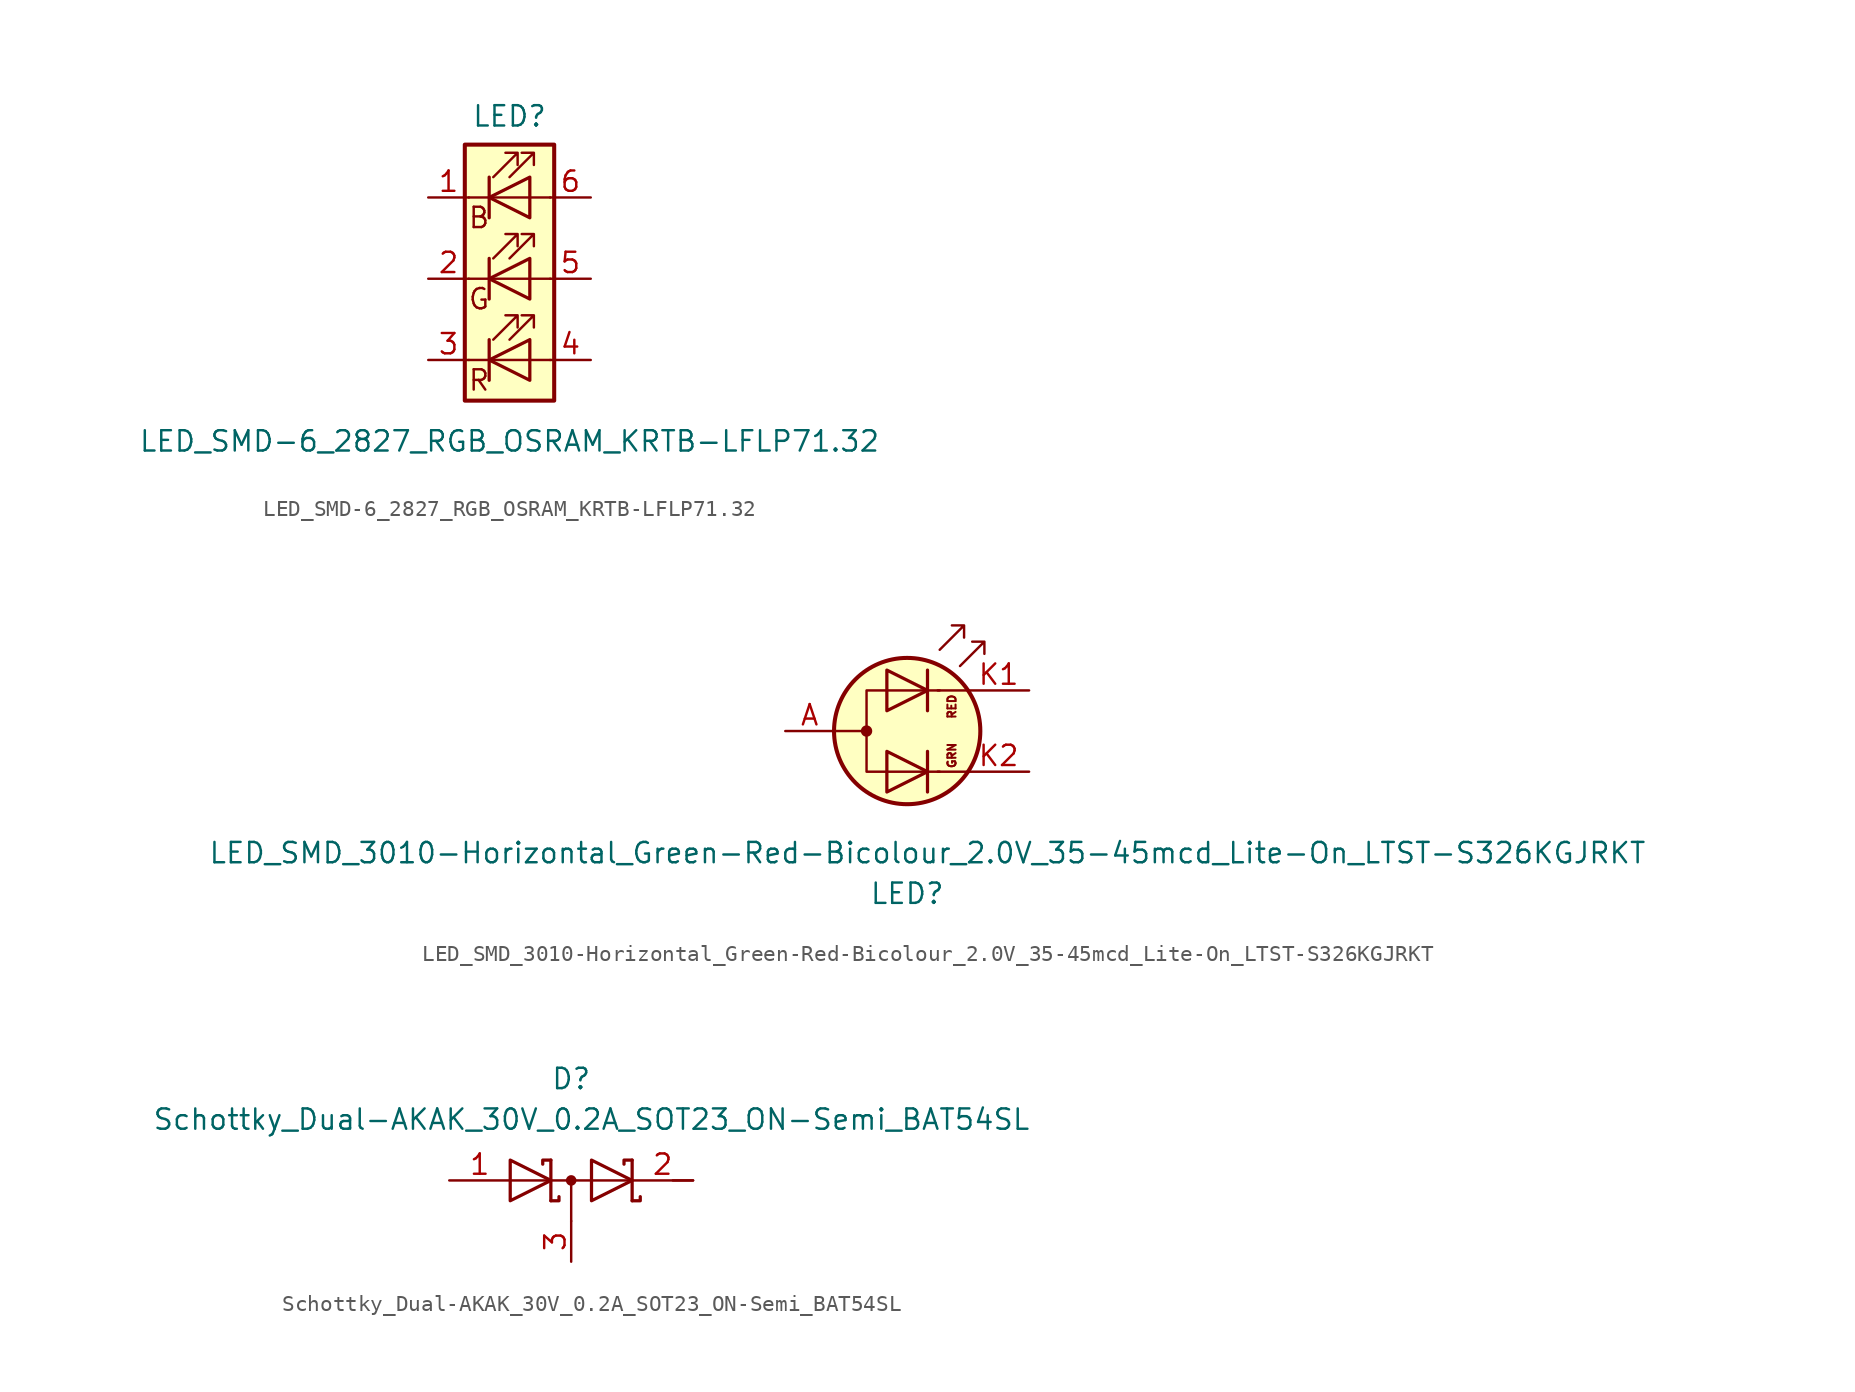
<source format=kicad_sym>
(kicad_symbol_lib
  (version 20211014)
  (generator kicad_symbol_editor)
  (symbol "LED_SMD-6_2827_RGB_OSRAM_KRTB-LFLP71.32"
    (pin_names
      (offset 1.27) hide)
    (property "Reference" "LED"
      (at 0 10.16 0)
      (effects (font (size 1.27 1.27))))
    (property "Value" "LED_SMD-6_2827_RGB_OSRAM_KRTB-LFLP71.32"
      (at 0 -10.16 0)
      (effects (font (size 1.27 1.27))))
    (symbol "LED_SMD-6_2827_RGB_OSRAM_KRTB-LFLP71.32_0_0"
      (pin passive line (at 5.08 0 180) (length 2.54) (name "GA" (effects (font (size 1.27 1.27)))) (number "5" (effects (font (size 1.27 1.27)))))
      (pin passive line (at 5.08 5.08 180) (length 2.54) (name "BA" (effects (font (size 1.27 1.27)))) (number "6" (effects (font (size 1.27 1.27))))))
    (symbol "LED_SMD-6_2827_RGB_OSRAM_KRTB-LFLP71.32_1_1"
      (polyline (pts (xy -2.54 5.08) (xy 2.54 5.08)) (stroke (width 0) (type default) (color 0 0 0 0)) (fill (type none)))
      (polyline (pts (xy -1.27 -3.81) (xy -1.27 -6.35)) (stroke (width 0.203) (type default) (color 0 0 0 0)) (fill (type none)))
      (polyline (pts (xy -1.27 1.27) (xy -1.27 -1.27)) (stroke (width 0.203) (type default) (color 0 0 0 0)) (fill (type none)))
      (polyline (pts (xy -1.27 6.35) (xy -1.27 3.81)) (stroke (width 0.203) (type default) (color 0 0 0 0)) (fill (type none)))
      (polyline (pts (xy 2.54 -5.08) (xy -2.54 -5.08)) (stroke (width 0) (type default) (color 0 0 0 0)) (fill (type none)))
      (polyline (pts (xy 2.54 0) (xy -2.54 0)) (stroke (width 0) (type default) (color 0 0 0 0)) (fill (type none)))
      (polyline (pts (xy 1.27 -3.81) (xy 1.27 -6.35) (xy -1.27 -5.08) (xy 1.27 -3.81)) (stroke (width 0.203) (type default) (color 0 0 0 0)) (fill (type none)))
      (polyline (pts (xy 1.27 1.27) (xy 1.27 -1.27) (xy -1.27 0) (xy 1.27 1.27)) (stroke (width 0.203) (type default) (color 0 0 0 0)) (fill (type none)))
      (polyline (pts (xy 1.27 6.35) (xy 1.27 3.81) (xy -1.27 5.08) (xy 1.27 6.35)) (stroke (width 0.203) (type default) (color 0 0 0 0)) (fill (type none)))
      (polyline (pts (xy -1.016 -3.81) (xy 0.508 -2.286) (xy -0.254 -2.286) (xy 0.508 -2.286) (xy 0.508 -3.048)) (stroke (width 0) (type default) (color 0 0 0 0)) (fill (type none)))
      (polyline (pts (xy -1.016 1.27) (xy 0.508 2.794) (xy -0.254 2.794) (xy 0.508 2.794) (xy 0.508 2.032)) (stroke (width 0) (type default) (color 0 0 0 0)) (fill (type none)))
      (polyline (pts (xy -1.016 6.35) (xy 0.508 7.874) (xy -0.254 7.874) (xy 0.508 7.874) (xy 0.508 7.112)) (stroke (width 0) (type default) (color 0 0 0 0)) (fill (type none)))
      (polyline (pts (xy 0 -3.81) (xy 1.524 -2.286) (xy 0.762 -2.286) (xy 1.524 -2.286) (xy 1.524 -3.048)) (stroke (width 0) (type default) (color 0 0 0 0)) (fill (type none)))
      (polyline (pts (xy 0 1.27) (xy 1.524 2.794) (xy 0.762 2.794) (xy 1.524 2.794) (xy 1.524 2.032)) (stroke (width 0) (type default) (color 0 0 0 0)) (fill (type none)))
      (polyline (pts (xy 0 6.35) (xy 1.524 7.874) (xy 0.762 7.874) (xy 1.524 7.874) (xy 1.524 7.112)) (stroke (width 0) (type default) (color 0 0 0 0)) (fill (type none)))
      (rectangle (start 1.27 -3.81) (end 1.27 -3.81) (stroke (width 0) (type default) (color 0 0 0 0)) (fill (type none)))
      (rectangle (start 2.794 8.382) (end -2.794 -7.62) (stroke (width 0.254) (type default) (color 0 0 0 0)) (fill (type background)))
      (text "B" (at -1.905 3.81 0) (effects (font (size 1.27 1.27))))
      (text "G" (at -1.905 -1.27 0) (effects (font (size 1.27 1.27))))
      (text "R" (at -1.905 -6.35 0) (effects (font (size 1.27 1.27))))
      (pin passive line (at -5.08 5.08 0) (length 2.54) (name "BK" (effects (font (size 1.27 1.27)))) (number "1" (effects (font (size 1.27 1.27)))))
      (pin passive line (at -5.08 0 0) (length 2.54) (name "GK" (effects (font (size 1.27 1.27)))) (number "2" (effects (font (size 1.27 1.27)))))
      (pin passive line (at -5.08 -5.08 0) (length 2.54) (name "RK" (effects (font (size 1.27 1.27)))) (number "3" (effects (font (size 1.27 1.27)))))
      (pin passive line (at 5.08 -5.08 180) (length 2.54) (name "RA" (effects (font (size 1.27 1.27)))) (number "4" (effects (font (size 1.27 1.27)))))))
  (symbol "LED_SMD_3010-Horizontal_Green-Red-Bicolour_2.0V_35-45mcd_Lite-On_LTST-S326KGJRKT"
    (pin_names
      (offset 0) hide)
    (property "Reference" "LED"
      (at 0 -10.16 0)
      (effects (font (size 1.27 1.27))))
    (property "Value" "LED_SMD_3010-Horizontal_Green-Red-Bicolour_2.0V_35-45mcd_Lite-On_LTST-S326KGJRKT"
      (at 1.27 -7.62 0)
      (effects (font (size 1.27 1.27))))
    (symbol "LED_SMD_3010-Horizontal_Green-Red-Bicolour_2.0V_35-45mcd_Lite-On_LTST-S326KGJRKT_0_0"
      (text "GRN" (at 2.794 -1.524 900) (effects (font (size 0.508 0.508))))
      (text "RED" (at 2.794 1.524 900) (effects (font (size 0.508 0.508)))))
    (symbol "LED_SMD_3010-Horizontal_Green-Red-Bicolour_2.0V_35-45mcd_Lite-On_LTST-S326KGJRKT_1_1"
      (circle (center -2.54 0) (radius 0.279) (stroke (width 0) (type default) (color 0 0 0 0)) (fill (type outline)))
      (polyline (pts (xy -4.572 0) (xy -2.54 0)) (stroke (width 0) (type default) (color 0 0 0 0)) (fill (type none)))
      (polyline (pts (xy 1.27 -1.27) (xy 1.27 -3.81)) (stroke (width 0.203) (type default) (color 0 0 0 0)) (fill (type none)))
      (polyline (pts (xy 1.27 3.81) (xy 1.27 1.27)) (stroke (width 0.203) (type default) (color 0 0 0 0)) (fill (type none)))
      (polyline (pts (xy 3.81 -2.54) (xy 1.905 -2.54)) (stroke (width 0) (type default) (color 0 0 0 0)) (fill (type none)))
      (polyline (pts (xy 3.81 2.54) (xy 1.905 2.54)) (stroke (width 0) (type default) (color 0 0 0 0)) (fill (type none)))
      (polyline (pts (xy -1.27 -1.27) (xy -1.27 -3.81) (xy 1.27 -2.54) (xy -1.27 -1.27)) (stroke (width 0.203) (type default) (color 0 0 0 0)) (fill (type none)))
      (polyline (pts (xy -1.27 3.81) (xy -1.27 1.27) (xy 1.27 2.54) (xy -1.27 3.81)) (stroke (width 0.203) (type default) (color 0 0 0 0)) (fill (type none)))
      (polyline (pts (xy 2.032 2.54) (xy -2.54 2.54) (xy -2.54 -2.54) (xy 2.032 -2.54)) (stroke (width 0) (type default) (color 0 0 0 0)) (fill (type none)))
      (polyline (pts (xy 2.032 5.08) (xy 3.556 6.604) (xy 2.794 6.604) (xy 3.556 6.604) (xy 3.556 5.842)) (stroke (width 0) (type default) (color 0 0 0 0)) (fill (type none)))
      (polyline (pts (xy 3.302 4.064) (xy 4.826 5.588) (xy 4.064 5.588) (xy 4.826 5.588) (xy 4.826 4.826)) (stroke (width 0) (type default) (color 0 0 0 0)) (fill (type none)))
      (circle (center 0 0) (radius 4.572) (stroke (width 0.254) (type default) (color 0 0 0 0)) (fill (type background)))
      (pin input line (at -7.62 0 0) (length 3.048) (name "A" (effects (font (size 1.27 1.27)))) (number "A" (effects (font (size 1.27 1.27)))))
      (pin input line (at 7.62 2.54 180) (length 3.81) (name "K1" (effects (font (size 1.27 1.27)))) (number "K1" (effects (font (size 1.27 1.27)))))
      (pin input line (at 7.62 -2.54 180) (length 3.81) (name "K2" (effects (font (size 1.27 1.27)))) (number "K2" (effects (font (size 1.27 1.27)))))))
  (symbol "Schottky_Dual-AKAK_30V_0.2A_SOT23_ON-Semi_BAT54SL"
    (pin_names
      (offset 1.27) hide)
    (property "Reference" "D"
      (at 0 6.35 0)
      (effects (font (size 1.27 1.27))))
    (property "Value" "Schottky_Dual-AKAK_30V_0.2A_SOT23_ON-Semi_BAT54SL"
      (at 1.27 3.81 0)
      (effects (font (size 1.27 1.27))))
    (symbol "Schottky_Dual-AKAK_30V_0.2A_SOT23_ON-Semi_BAT54SL_1_1"
      (polyline (pts (xy -3.81 0) (xy 3.81 0)) (stroke (width 0) (type default) (color 0 0 0 0)) (fill (type none)))
      (polyline (pts (xy 0 0) (xy 0 -2.54)) (stroke (width 0) (type default) (color 0 0 0 0)) (fill (type none)))
      (polyline (pts (xy 6.35 0) (xy 7.62 0)) (stroke (width 0) (type default) (color 0 0 0 0)) (fill (type none)))
      (polyline (pts (xy -1.27 -1.27) (xy -1.27 1.27) (xy -1.27 1.27)) (stroke (width 0.203) (type default) (color 0 0 0 0)) (fill (type none)))
      (polyline (pts (xy 3.81 1.27) (xy 3.81 -1.27) (xy 3.81 -1.27)) (stroke (width 0.203) (type default) (color 0 0 0 0)) (fill (type none)))
      (polyline (pts (xy -1.27 -1.27) (xy -0.762 -1.27) (xy -0.762 -1.016) (xy -0.762 -1.016)) (stroke (width 0.203) (type default) (color 0 0 0 0)) (fill (type none)))
      (polyline (pts (xy 3.81 -1.27) (xy 4.318 -1.27) (xy 4.318 -1.016) (xy 4.318 -1.016)) (stroke (width 0.203) (type default) (color 0 0 0 0)) (fill (type none)))
      (polyline (pts (xy 3.81 1.27) (xy 3.302 1.27) (xy 3.302 1.016) (xy 3.302 1.016)) (stroke (width 0.203) (type default) (color 0 0 0 0)) (fill (type none)))
      (polyline (pts (xy -1.778 1.016) (xy -1.778 1.27) (xy -1.27 1.27) (xy -1.27 1.27) (xy -1.27 1.27)) (stroke (width 0.203) (type default) (color 0 0 0 0)) (fill (type none)))
      (polyline (pts (xy -3.81 1.27) (xy -1.27 0) (xy -3.81 -1.27) (xy -3.81 1.27) (xy -3.81 1.27) (xy -3.81 1.27)) (stroke (width 0.203) (type default) (color 0 0 0 0)) (fill (type none)))
      (polyline (pts (xy 1.27 1.27) (xy 3.81 0) (xy 1.27 -1.27) (xy 1.27 1.27) (xy 1.27 1.27) (xy 1.27 1.27)) (stroke (width 0.203) (type default) (color 0 0 0 0)) (fill (type none)))
      (circle (center 0 0) (radius 0.254) (stroke (width 0) (type default) (color 0 0 0 0)) (fill (type outline)))
      (pin passive line (at -7.62 0 0) (length 3.81) (name "A" (effects (font (size 1.27 1.27)))) (number "1" (effects (font (size 1.27 1.27)))))
      (pin passive line (at 7.62 0 180) (length 3.81) (name "K" (effects (font (size 1.27 1.27)))) (number "2" (effects (font (size 1.27 1.27)))))
      (pin passive line (at 0 -5.08 90) (length 2.54) (name "common" (effects (font (size 1.27 1.27)))) (number "3" (effects (font (size 1.27 1.27))))))))
</source>
